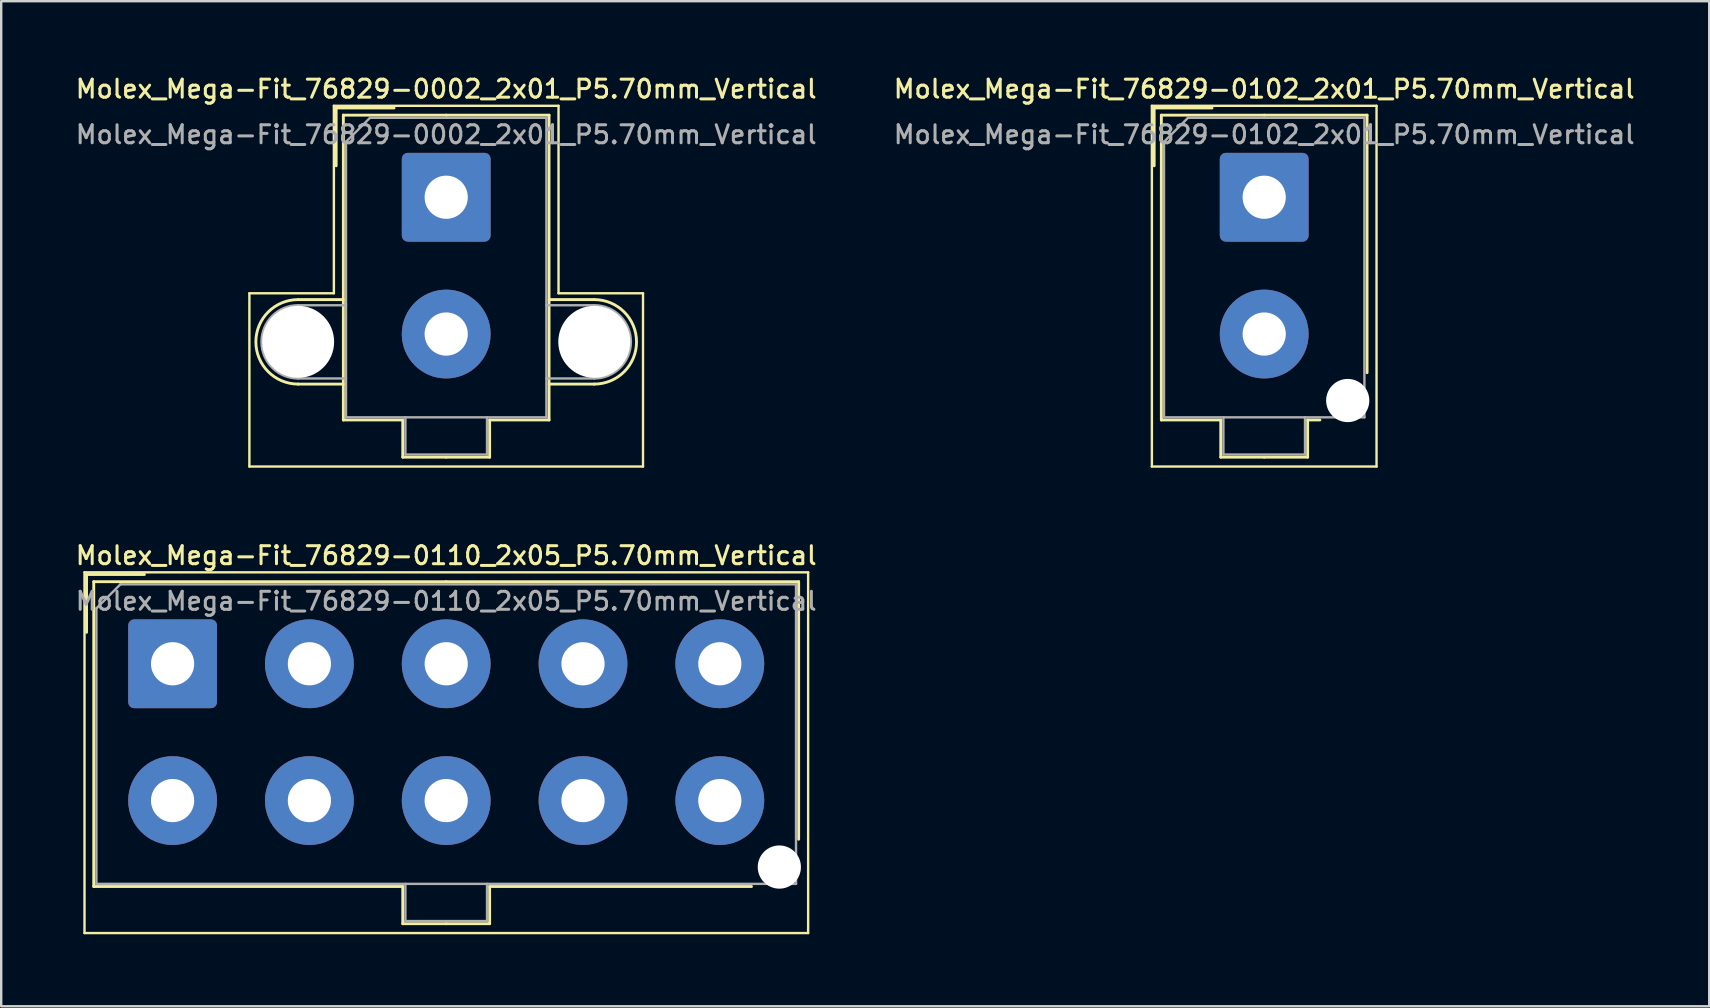
<source format=kicad_pcb>
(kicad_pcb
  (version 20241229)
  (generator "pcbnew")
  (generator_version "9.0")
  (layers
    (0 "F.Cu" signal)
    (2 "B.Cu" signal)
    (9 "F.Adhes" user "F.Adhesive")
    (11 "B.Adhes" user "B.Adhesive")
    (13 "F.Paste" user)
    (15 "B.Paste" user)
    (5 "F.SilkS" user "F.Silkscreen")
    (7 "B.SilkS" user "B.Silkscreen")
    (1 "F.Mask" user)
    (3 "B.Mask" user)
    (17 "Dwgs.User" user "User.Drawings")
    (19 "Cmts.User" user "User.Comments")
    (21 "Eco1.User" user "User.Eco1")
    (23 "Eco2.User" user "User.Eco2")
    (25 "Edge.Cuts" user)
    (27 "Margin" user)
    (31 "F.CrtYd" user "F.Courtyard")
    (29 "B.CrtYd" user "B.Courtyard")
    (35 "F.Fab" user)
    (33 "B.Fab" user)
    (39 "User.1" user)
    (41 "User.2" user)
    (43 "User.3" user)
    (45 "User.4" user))
  (footprint "Molex_Mega-Fit_76829-0110_2x05_P5.70mm_Vertical"
    (layer "F.Cu")
    (at 4.141 24.606)
    (property "Reference" "Molex_Mega-Fit_76829-0110_2x05_P5.70mm_Vertical" (at 11.4 -4.51 0) (layer "F.SilkS") (effects (font (size 0.75 0.75) (thickness 0.125))))
    (attr through_hole)
    (fp_line (start -3.67 -3.81) (end -3.67 11.22) (stroke (width 0.1) (type solid)) (layer "F.SilkS"))
    (fp_line (start -3.67 11.22) (end 26.48 11.22) (stroke (width 0.1) (type solid)) (layer "F.SilkS"))
    (fp_line (start -3.585 -3.72) (end -1.175 -3.72) (stroke (width 0.12) (type solid)) (layer "F.SilkS"))
    (fp_line (start -3.585 -1.31) (end -3.585 -3.72) (stroke (width 0.12) (type solid)) (layer "F.SilkS"))
    (fp_line (start -3.285 -3.42) (end -3.285 9.28) (stroke (width 0.12) (type solid)) (layer "F.SilkS"))
    (fp_line (start -3.285 9.28) (end 9.59 9.28) (stroke (width 0.12) (type solid)) (layer "F.SilkS"))
    (fp_line (start 9.59 9.28) (end 9.59 10.83) (stroke (width 0.12) (type solid)) (layer "F.SilkS"))
    (fp_line (start 9.59 10.83) (end 11.4 10.83) (stroke (width 0.12) (type solid)) (layer "F.SilkS"))
    (fp_line (start 11.4 -3.42) (end -3.285 -3.42) (stroke (width 0.12) (type solid)) (layer "F.SilkS"))
    (fp_line (start 11.4 -3.42) (end 26.085 -3.42) (stroke (width 0.12) (type solid)) (layer "F.SilkS"))
    (fp_line (start 13.21 9.28) (end 13.21 10.83) (stroke (width 0.12) (type solid)) (layer "F.SilkS"))
    (fp_line (start 13.21 10.83) (end 11.4 10.83) (stroke (width 0.12) (type solid)) (layer "F.SilkS"))
    (fp_line (start 24.12 9.28) (end 13.21 9.28) (stroke (width 0.12) (type solid)) (layer "F.SilkS"))
    (fp_line (start 26.085 -3.42) (end 26.085 7.31) (stroke (width 0.12) (type solid)) (layer "F.SilkS"))
    (fp_line (start 26.48 -3.81) (end -3.67 -3.81) (stroke (width 0.1) (type solid)) (layer "F.SilkS"))
    (fp_line (start 26.48 11.22) (end 26.48 -3.81) (stroke (width 0.1) (type solid)) (layer "F.SilkS"))
    (fp_line (start -3.175 -2.31) (end -3.175 9.17) (stroke (width 0.1) (type solid)) (layer "F.Fab"))
    (fp_line (start -3.175 9.17) (end 25.975 9.17) (stroke (width 0.1) (type solid)) (layer "F.Fab"))
    (fp_line (start -2.175 -3.31) (end -3.175 -2.31) (stroke (width 0.1) (type solid)) (layer "F.Fab"))
    (fp_line (start 9.7 9.17) (end 9.7 10.72) (stroke (width 0.1) (type solid)) (layer "F.Fab"))
    (fp_line (start 9.7 10.72) (end 13.1 10.72) (stroke (width 0.1) (type solid)) (layer "F.Fab"))
    (fp_line (start 13.1 10.72) (end 13.1 9.17) (stroke (width 0.1) (type solid)) (layer "F.Fab"))
    (fp_line (start 25.975 -3.31) (end -2.175 -3.31) (stroke (width 0.1) (type solid)) (layer "F.Fab"))
    (fp_line (start 25.975 9.17) (end 25.975 -3.31) (stroke (width 0.1) (type solid)) (layer "F.Fab"))
    (fp_text user "${REFERENCE}" (at 11.4 -2.61 0) (layer "F.Fab") (effects (font (size 0.75 0.75) (thickness 0.125))))
    (pad "" np_thru_hole circle (at 25.28 8.47) (size 1.8 1.8) (drill 1.8) (layers "*.Cu" "*.Mask"))
    (pad "1" thru_hole roundrect (at 0 0) (size 3.7 3.7) (drill 1.8) (layers "*.Cu" "*.Mask") (roundrect_rratio 0.068))
    (pad "2" thru_hole circle (at 5.7 0) (size 3.7 3.7) (drill 1.8) (layers "*.Cu" "*.Mask"))
    (pad "3" thru_hole circle (at 11.4 0) (size 3.7 3.7) (drill 1.8) (layers "*.Cu" "*.Mask"))
    (pad "4" thru_hole circle (at 17.1 0) (size 3.7 3.7) (drill 1.8) (layers "*.Cu" "*.Mask"))
    (pad "5" thru_hole circle (at 22.8 0) (size 3.7 3.7) (drill 1.8) (layers "*.Cu" "*.Mask"))
    (pad "6" thru_hole circle (at 0 5.7) (size 3.7 3.7) (drill 1.8) (layers "*.Cu" "*.Mask"))
    (pad "7" thru_hole circle (at 5.7 5.7) (size 3.7 3.7) (drill 1.8) (layers "*.Cu" "*.Mask"))
    (pad "8" thru_hole circle (at 11.4 5.7) (size 3.7 3.7) (drill 1.8) (layers "*.Cu" "*.Mask"))
    (pad "9" thru_hole circle (at 17.1 5.7) (size 3.7 3.7) (drill 1.8) (layers "*.Cu" "*.Mask"))
    (pad "10" thru_hole circle (at 22.8 5.7) (size 3.7 3.7) (drill 1.8) (layers "*.Cu" "*.Mask")))
  (footprint "Molex_Mega-Fit_76829-0102_2x01_P5.70mm_Vertical"
    (layer "F.Cu")
    (at 49.623 5.168)
    (property "Reference" "Molex_Mega-Fit_76829-0102_2x01_P5.70mm_Vertical" (at 0 -4.51 0) (layer "F.SilkS") (effects (font (size 0.75 0.75) (thickness 0.125))))
    (attr through_hole)
    (fp_line (start -4.68 -3.81) (end -4.68 11.22) (stroke (width 0.1) (type solid)) (layer "F.SilkS"))
    (fp_line (start -4.68 11.22) (end 4.68 11.22) (stroke (width 0.1) (type solid)) (layer "F.SilkS"))
    (fp_line (start -4.585 -3.72) (end -2.175 -3.72) (stroke (width 0.12) (type solid)) (layer "F.SilkS"))
    (fp_line (start -4.585 -1.31) (end -4.585 -3.72) (stroke (width 0.12) (type solid)) (layer "F.SilkS"))
    (fp_line (start -4.285 -3.42) (end -4.285 9.28) (stroke (width 0.12) (type solid)) (layer "F.SilkS"))
    (fp_line (start -4.285 9.28) (end -1.81 9.28) (stroke (width 0.12) (type solid)) (layer "F.SilkS"))
    (fp_line (start -1.81 9.28) (end -1.81 10.83) (stroke (width 0.12) (type solid)) (layer "F.SilkS"))
    (fp_line (start -1.81 10.83) (end 0 10.83) (stroke (width 0.12) (type solid)) (layer "F.SilkS"))
    (fp_line (start 0 -3.42) (end -4.285 -3.42) (stroke (width 0.12) (type solid)) (layer "F.SilkS"))
    (fp_line (start 0 -3.42) (end 4.285 -3.42) (stroke (width 0.12) (type solid)) (layer "F.SilkS"))
    (fp_line (start 1.81 9.28) (end 1.81 10.83) (stroke (width 0.12) (type solid)) (layer "F.SilkS"))
    (fp_line (start 1.81 10.83) (end 0 10.83) (stroke (width 0.12) (type solid)) (layer "F.SilkS"))
    (fp_line (start 2.32 9.28) (end 1.81 9.28) (stroke (width 0.12) (type solid)) (layer "F.SilkS"))
    (fp_line (start 4.285 -3.42) (end 4.285 7.31) (stroke (width 0.12) (type solid)) (layer "F.SilkS"))
    (fp_line (start 4.68 -3.81) (end -4.68 -3.81) (stroke (width 0.1) (type solid)) (layer "F.SilkS"))
    (fp_line (start 4.68 11.22) (end 4.68 -3.81) (stroke (width 0.1) (type solid)) (layer "F.SilkS"))
    (fp_line (start -4.175 -2.31) (end -4.175 9.17) (stroke (width 0.1) (type solid)) (layer "F.Fab"))
    (fp_line (start -4.175 9.17) (end 4.175 9.17) (stroke (width 0.1) (type solid)) (layer "F.Fab"))
    (fp_line (start -3.175 -3.31) (end -4.175 -2.31) (stroke (width 0.1) (type solid)) (layer "F.Fab"))
    (fp_line (start -1.7 9.17) (end -1.7 10.72) (stroke (width 0.1) (type solid)) (layer "F.Fab"))
    (fp_line (start -1.7 10.72) (end 1.7 10.72) (stroke (width 0.1) (type solid)) (layer "F.Fab"))
    (fp_line (start 1.7 10.72) (end 1.7 9.17) (stroke (width 0.1) (type solid)) (layer "F.Fab"))
    (fp_line (start 4.175 -3.31) (end -3.175 -3.31) (stroke (width 0.1) (type solid)) (layer "F.Fab"))
    (fp_line (start 4.175 9.17) (end 4.175 -3.31) (stroke (width 0.1) (type solid)) (layer "F.Fab"))
    (fp_text user "${REFERENCE}" (at 0 -2.61 0) (layer "F.Fab") (effects (font (size 0.75 0.75) (thickness 0.125))))
    (pad "" np_thru_hole circle (at 3.48 8.47) (size 1.8 1.8) (drill 1.8) (layers "*.Cu" "*.Mask"))
    (pad "1" thru_hole roundrect (at 0 0) (size 3.7 3.7) (drill 1.8) (layers "*.Cu" "*.Mask") (roundrect_rratio 0.068))
    (pad "2" thru_hole circle (at 0 5.7) (size 3.7 3.7) (drill 1.8) (layers "*.Cu" "*.Mask")))
  (footprint "Molex_Mega-Fit_76829-0002_2x01_P5.70mm_Vertical"
    (layer "F.Cu")
    (at 15.541 5.168)
    (property "Reference" "Molex_Mega-Fit_76829-0002_2x01_P5.70mm_Vertical" (at 0 -4.51 0) (layer "F.SilkS") (effects (font (size 0.75 0.75) (thickness 0.125))))
    (attr through_hole)
    (fp_line (start -8.2 4) (end -8.2 11.22) (stroke (width 0.1) (type solid)) (layer "F.SilkS"))
    (fp_line (start -8.2 11.22) (end 8.2 11.22) (stroke (width 0.1) (type solid)) (layer "F.SilkS"))
    (fp_line (start -6.17 4.265) (end -4.285 4.265) (stroke (width 0.12) (type solid)) (layer "F.SilkS"))
    (fp_line (start -6.17 7.785) (end -4.285 7.785) (stroke (width 0.12) (type solid)) (layer "F.SilkS"))
    (fp_line (start -4.68 -3.81) (end -4.68 4) (stroke (width 0.1) (type solid)) (layer "F.SilkS"))
    (fp_line (start -4.68 4) (end -8.2 4) (stroke (width 0.1) (type solid)) (layer "F.SilkS"))
    (fp_line (start -4.585 -3.72) (end -2.175 -3.72) (stroke (width 0.12) (type solid)) (layer "F.SilkS"))
    (fp_line (start -4.585 -1.31) (end -4.585 -3.72) (stroke (width 0.12) (type solid)) (layer "F.SilkS"))
    (fp_line (start -4.285 -3.42) (end -4.285 9.28) (stroke (width 0.12) (type solid)) (layer "F.SilkS"))
    (fp_line (start -4.285 9.28) (end -1.81 9.28) (stroke (width 0.12) (type solid)) (layer "F.SilkS"))
    (fp_line (start -1.81 9.28) (end -1.81 10.83) (stroke (width 0.12) (type solid)) (layer "F.SilkS"))
    (fp_line (start -1.81 10.83) (end 0 10.83) (stroke (width 0.12) (type solid)) (layer "F.SilkS"))
    (fp_line (start 0 -3.42) (end -4.285 -3.42) (stroke (width 0.12) (type solid)) (layer "F.SilkS"))
    (fp_line (start 0 -3.42) (end 4.285 -3.42) (stroke (width 0.12) (type solid)) (layer "F.SilkS"))
    (fp_line (start 1.81 9.28) (end 1.81 10.83) (stroke (width 0.12) (type solid)) (layer "F.SilkS"))
    (fp_line (start 1.81 10.83) (end 0 10.83) (stroke (width 0.12) (type solid)) (layer "F.SilkS"))
    (fp_line (start 4.285 -3.42) (end 4.285 9.28) (stroke (width 0.12) (type solid)) (layer "F.SilkS"))
    (fp_line (start 4.285 9.28) (end 1.81 9.28) (stroke (width 0.12) (type solid)) (layer "F.SilkS"))
    (fp_line (start 4.68 -3.81) (end -4.68 -3.81) (stroke (width 0.1) (type solid)) (layer "F.SilkS"))
    (fp_line (start 4.68 4) (end 4.68 -3.81) (stroke (width 0.1) (type solid)) (layer "F.SilkS"))
    (fp_line (start 6.17 4.265) (end 4.285 4.265) (stroke (width 0.12) (type solid)) (layer "F.SilkS"))
    (fp_line (start 6.17 7.785) (end 4.285 7.785) (stroke (width 0.12) (type solid)) (layer "F.SilkS"))
    (fp_line (start 8.2 4) (end 4.68 4) (stroke (width 0.1) (type solid)) (layer "F.SilkS"))
    (fp_line (start 8.2 11.22) (end 8.2 4) (stroke (width 0.1) (type solid)) (layer "F.SilkS"))
    (fp_arc (start -6.17 7.785) (mid -7.93 6.025) (end -6.17 4.265) (stroke (width 0.12) (type solid)) (layer "F.SilkS"))
    (fp_arc (start 6.17 4.265) (mid 7.93 6.025) (end 6.17 7.785) (stroke (width 0.12) (type solid)) (layer "F.SilkS"))
    (fp_line (start -6.17 4.5) (end -4.175 4.5) (stroke (width 0.1) (type solid)) (layer "F.Fab"))
    (fp_line (start -6.17 7.55) (end -4.175 7.55) (stroke (width 0.1) (type solid)) (layer "F.Fab"))
    (fp_line (start -4.175 -2.31) (end -4.175 9.17) (stroke (width 0.1) (type solid)) (layer "F.Fab"))
    (fp_line (start -4.175 9.17) (end 4.175 9.17) (stroke (width 0.1) (type solid)) (layer "F.Fab"))
    (fp_line (start -3.175 -3.31) (end -4.175 -2.31) (stroke (width 0.1) (type solid)) (layer "F.Fab"))
    (fp_line (start -1.7 9.17) (end -1.7 10.72) (stroke (width 0.1) (type solid)) (layer "F.Fab"))
    (fp_line (start -1.7 10.72) (end 1.7 10.72) (stroke (width 0.1) (type solid)) (layer "F.Fab"))
    (fp_line (start 1.7 10.72) (end 1.7 9.17) (stroke (width 0.1) (type solid)) (layer "F.Fab"))
    (fp_line (start 4.175 -3.31) (end -3.175 -3.31) (stroke (width 0.1) (type solid)) (layer "F.Fab"))
    (fp_line (start 4.175 9.17) (end 4.175 -3.31) (stroke (width 0.1) (type solid)) (layer "F.Fab"))
    (fp_line (start 6.17 4.5) (end 4.175 4.5) (stroke (width 0.1) (type solid)) (layer "F.Fab"))
    (fp_line (start 6.17 7.55) (end 4.175 7.55) (stroke (width 0.1) (type solid)) (layer "F.Fab"))
    (fp_arc (start -6.17 7.55) (mid -7.695 6.025) (end -6.17 4.5) (stroke (width 0.1) (type solid)) (layer "F.Fab"))
    (fp_arc (start 6.17 4.5) (mid 7.695 6.025) (end 6.17 7.55) (stroke (width 0.1) (type solid)) (layer "F.Fab"))
    (fp_text user "${REFERENCE}" (at 0 -2.61 0) (layer "F.Fab") (effects (font (size 0.75 0.75) (thickness 0.125))))
    (pad "" np_thru_hole circle (at -6.17 6.025) (size 3 3) (drill 3) (layers "*.Cu" "*.Mask"))
    (pad "" np_thru_hole circle (at 6.17 6.025) (size 3 3) (drill 3) (layers "*.Cu" "*.Mask"))
    (pad "1" thru_hole roundrect (at 0 0) (size 3.7 3.7) (drill 1.8) (layers "*.Cu" "*.Mask") (roundrect_rratio 0.068))
    (pad "2" thru_hole circle (at 0 5.7) (size 3.7 3.7) (drill 1.8) (layers "*.Cu" "*.Mask")))
  (gr_rect
    (start -3 -3)
    (end 68.164 38.876)
    (stroke (width 0.1) (type default))
    (fill no)
    (layer "Edge.Cuts")))
</source>
